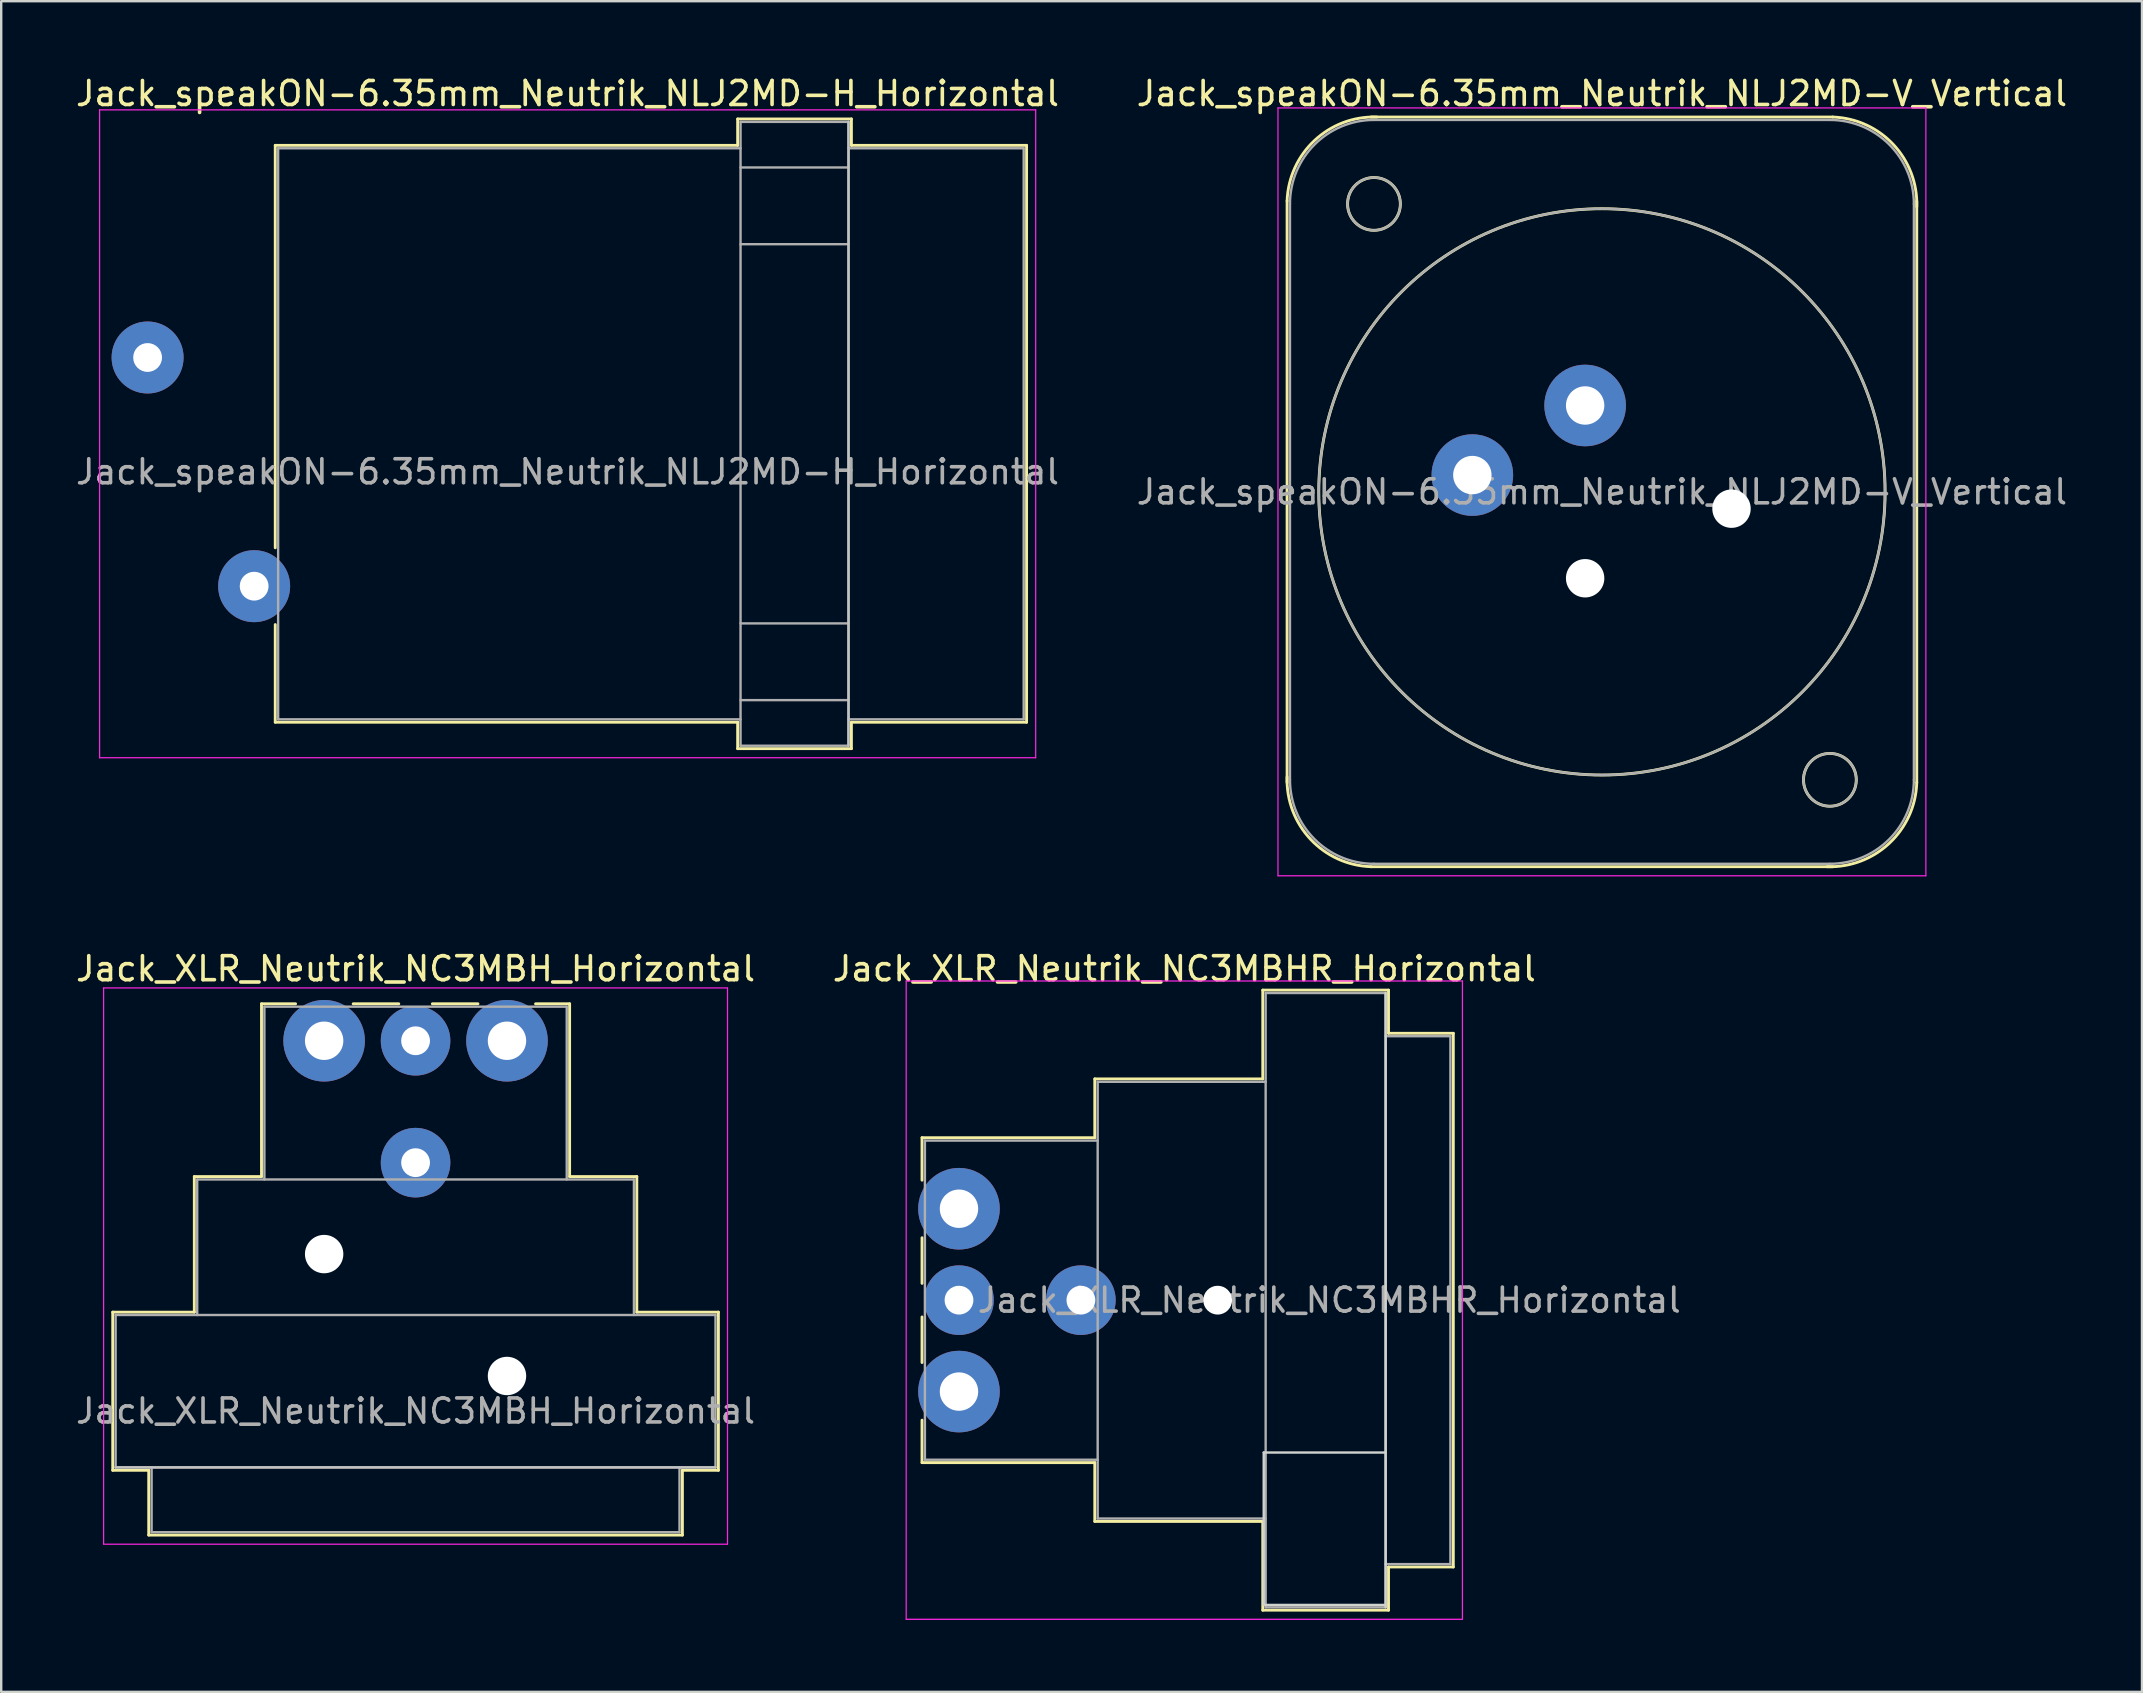
<source format=kicad_pcb>
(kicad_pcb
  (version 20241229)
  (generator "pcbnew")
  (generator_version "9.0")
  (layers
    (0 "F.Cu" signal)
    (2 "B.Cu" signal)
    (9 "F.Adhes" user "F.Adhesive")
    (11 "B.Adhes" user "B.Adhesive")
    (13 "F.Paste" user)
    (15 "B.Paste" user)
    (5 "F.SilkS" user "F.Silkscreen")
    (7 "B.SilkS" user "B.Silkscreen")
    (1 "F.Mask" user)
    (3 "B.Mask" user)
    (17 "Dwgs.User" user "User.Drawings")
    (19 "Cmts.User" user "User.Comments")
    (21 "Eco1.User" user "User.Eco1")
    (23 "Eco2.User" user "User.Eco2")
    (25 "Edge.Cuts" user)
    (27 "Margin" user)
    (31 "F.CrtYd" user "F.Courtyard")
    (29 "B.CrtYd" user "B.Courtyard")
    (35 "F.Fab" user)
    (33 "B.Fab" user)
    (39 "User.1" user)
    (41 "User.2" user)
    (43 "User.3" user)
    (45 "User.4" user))
  (footprint "Jack_XLR_Neutrik_NC3MBH_Horizontal"
    (layer "F.Cu")
    (at 10.458 40.322)
    (property "Reference" "Jack_XLR_Neutrik_NC3MBH_Horizontal" (at 3.81 -3 0) (layer "F.SilkS") (effects (font (size 1 1) (thickness 0.15))))
    (attr through_hole)
    (fp_line (start -8.81 11.31) (end -5.41 11.31) (stroke (width 0.12) (type solid)) (layer "F.SilkS"))
    (fp_line (start -8.81 17.9) (end -8.81 11.31) (stroke (width 0.12) (type solid)) (layer "F.SilkS"))
    (fp_line (start -7.31 17.9) (end -8.81 17.9) (stroke (width 0.12) (type solid)) (layer "F.SilkS"))
    (fp_line (start -7.31 17.9) (end -7.31 20.6) (stroke (width 0.12) (type solid)) (layer "F.SilkS"))
    (fp_line (start -5.41 11.31) (end -5.41 5.66) (stroke (width 0.12) (type solid)) (layer "F.SilkS"))
    (fp_line (start -2.61 5.66) (end -5.41 5.66) (stroke (width 0.12) (type solid)) (layer "F.SilkS"))
    (fp_line (start -2.61 5.66) (end -2.61 -1.54) (stroke (width 0.12) (type solid)) (layer "F.SilkS"))
    (fp_line (start -1.19 -1.54) (end -2.61 -1.54) (stroke (width 0.12) (type solid)) (layer "F.SilkS"))
    (fp_line (start 3.11 -1.54) (end 1.21 -1.54) (stroke (width 0.12) (type solid)) (layer "F.SilkS"))
    (fp_line (start 4.51 -1.54) (end 6.41 -1.54) (stroke (width 0.12) (type solid)) (layer "F.SilkS"))
    (fp_line (start 10.23 -1.54) (end 8.81 -1.54) (stroke (width 0.12) (type solid)) (layer "F.SilkS"))
    (fp_line (start 10.23 5.66) (end 10.23 -1.54) (stroke (width 0.12) (type solid)) (layer "F.SilkS"))
    (fp_line (start 10.23 5.66) (end 13.03 5.66) (stroke (width 0.12) (type solid)) (layer "F.SilkS"))
    (fp_line (start 13.03 11.31) (end 13.03 5.66) (stroke (width 0.12) (type solid)) (layer "F.SilkS"))
    (fp_line (start 13.03 11.31) (end 16.43 11.31) (stroke (width 0.12) (type solid)) (layer "F.SilkS"))
    (fp_line (start 14.93 17.9) (end 14.93 20.6) (stroke (width 0.12) (type solid)) (layer "F.SilkS"))
    (fp_line (start 14.93 20.6) (end -7.31 20.6) (stroke (width 0.12) (type solid)) (layer "F.SilkS"))
    (fp_line (start 16.43 17.9) (end 14.93 17.9) (stroke (width 0.12) (type solid)) (layer "F.SilkS"))
    (fp_line (start 16.43 17.9) (end 16.43 11.31) (stroke (width 0.12) (type solid)) (layer "F.SilkS"))
    (fp_line (start 16.31 17.78) (end -8.69 17.78) (stroke (width 0.1) (type solid)) (layer "Dwgs.User"))
    (fp_line (start -9.19 20.98) (end -9.19 -2.2) (stroke (width 0.05) (type solid)) (layer "F.CrtYd"))
    (fp_line (start 16.81 -2.2) (end -9.19 -2.2) (stroke (width 0.05) (type solid)) (layer "F.CrtYd"))
    (fp_line (start 16.81 20.98) (end -9.19 20.98) (stroke (width 0.05) (type solid)) (layer "F.CrtYd"))
    (fp_line (start 16.81 20.98) (end 16.81 -2.2) (stroke (width 0.05) (type solid)) (layer "F.CrtYd"))
    (fp_line (start -8.69 11.43) (end 16.31 11.43) (stroke (width 0.1) (type solid)) (layer "F.Fab"))
    (fp_line (start -8.69 17.78) (end -8.69 11.43) (stroke (width 0.1) (type solid)) (layer "F.Fab"))
    (fp_line (start -7.19 20.48) (end -7.19 17.78) (stroke (width 0.1) (type solid)) (layer "F.Fab"))
    (fp_line (start -5.29 5.78) (end -5.29 11.43) (stroke (width 0.1) (type solid)) (layer "F.Fab"))
    (fp_line (start -5.29 5.78) (end 12.91 5.78) (stroke (width 0.1) (type solid)) (layer "F.Fab"))
    (fp_line (start -2.49 5.78) (end -2.49 -1.42) (stroke (width 0.1) (type solid)) (layer "F.Fab"))
    (fp_line (start 10.11 -1.42) (end -2.49 -1.42) (stroke (width 0.1) (type solid)) (layer "F.Fab"))
    (fp_line (start 10.11 5.78) (end 10.11 -1.42) (stroke (width 0.1) (type solid)) (layer "F.Fab"))
    (fp_line (start 12.91 11.43) (end 12.91 5.78) (stroke (width 0.1) (type solid)) (layer "F.Fab"))
    (fp_line (start 14.81 17.78) (end 14.81 20.48) (stroke (width 0.1) (type solid)) (layer "F.Fab"))
    (fp_line (start 14.81 20.48) (end -7.19 20.48) (stroke (width 0.1) (type solid)) (layer "F.Fab"))
    (fp_line (start 16.31 11.43) (end 16.31 17.78) (stroke (width 0.1) (type solid)) (layer "F.Fab"))
    (fp_line (start 16.31 17.78) (end -8.69 17.78) (stroke (width 0.1) (type solid)) (layer "F.Fab"))
    (fp_text user "${REFERENCE}" (at 3.81 15.43 0) (layer "F.Fab") (effects (font (size 1 1) (thickness 0.15))))
    (pad "" np_thru_hole circle (at 0 8.89) (size 1.6 1.6) (drill 1.6) (layers "*.Cu" "*.Mask"))
    (pad "" np_thru_hole circle (at 7.62 13.97) (size 1.6 1.6) (drill 1.6) (layers "*.Cu" "*.Mask"))
    (pad "1" thru_hole circle (at 0 0) (size 3.4 3.4) (drill 1.6) (layers "*.Cu" "*.Mask"))
    (pad "2" thru_hole circle (at 7.62 0) (size 3.4 3.4) (drill 1.6) (layers "*.Cu" "*.Mask"))
    (pad "3" thru_hole circle (at 3.81 0) (size 2.9 2.9) (drill 1.2) (layers "*.Cu" "*.Mask"))
    (pad "G" thru_hole circle (at 3.81 5.08) (size 2.9 2.9) (drill 1.2) (layers "*.Cu" "*.Mask")))
  (footprint "Jack_speakON-6.35mm_Neutrik_NLJ2MD-V_Vertical"
    (layer "F.Cu")
    (at 63.008 13.848)
    (property "Reference" "Jack_speakON-6.35mm_Neutrik_NLJ2MD-V_Vertical" (at 0.7 -13 0) (layer "F.SilkS") (effects (font (size 1 1) (thickness 0.15))))
    (attr through_hole)
    (fp_line (start -12.42 15.72) (end -12.42 -8.52) (stroke (width 0.12) (type solid)) (layer "F.SilkS"))
    (fp_line (start -8.92 -12.02) (end 10.32 -12.02) (stroke (width 0.12) (type solid)) (layer "F.SilkS"))
    (fp_line (start -8.92 19.22) (end 10.32 19.22) (stroke (width 0.12) (type solid)) (layer "F.SilkS"))
    (fp_line (start 13.82 15.72) (end 13.82 -8.52) (stroke (width 0.12) (type solid)) (layer "F.SilkS"))
    (fp_arc (start -12.42 -8.52) (mid -11.274874 -11.044579) (end -8.68 -12.02) (stroke (width 0.12) (type solid)) (layer "F.SilkS"))
    (fp_arc (start -8.92 19.22) (mid -11.444579 18.074874) (end -12.42 15.48) (stroke (width 0.12) (type solid)) (layer "F.SilkS"))
    (fp_arc (start 10.32 -12.02) (mid 12.844579 -10.874874) (end 13.82 -8.28) (stroke (width 0.12) (type solid)) (layer "F.SilkS"))
    (fp_arc (start 13.82 15.72) (mid 12.674874 18.244579) (end 10.08 19.22) (stroke (width 0.12) (type solid)) (layer "F.SilkS"))
    (fp_circle (center -8.8 -8.4) (end -7.7 -8.4) (stroke (width 0.12) (type solid)) (fill no) (layer "F.SilkS"))
    (fp_circle (center 0.7 3.6) (end 12.5 3.6) (stroke (width 0.12) (type solid)) (fill no) (layer "F.SilkS"))
    (fp_circle (center 10.2 15.6) (end 11.3 15.6) (stroke (width 0.12) (type solid)) (fill no) (layer "F.SilkS"))
    (fp_line (start -12.8 -12.4) (end 14.2 -12.4) (stroke (width 0.05) (type solid)) (layer "F.CrtYd"))
    (fp_line (start -12.8 19.6) (end -12.8 -12.4) (stroke (width 0.05) (type solid)) (layer "F.CrtYd"))
    (fp_line (start -12.8 19.6) (end 14.2 19.6) (stroke (width 0.05) (type solid)) (layer "F.CrtYd"))
    (fp_line (start 14.2 19.6) (end 14.2 -12.4) (stroke (width 0.05) (type solid)) (layer "F.CrtYd"))
    (fp_line (start -12.3 15.6) (end -12.3 -8.4) (stroke (width 0.1) (type solid)) (layer "F.Fab"))
    (fp_line (start -8.8 -11.9) (end 10.2 -11.9) (stroke (width 0.1) (type solid)) (layer "F.Fab"))
    (fp_line (start -8.8 19.1) (end 10.2 19.1) (stroke (width 0.1) (type solid)) (layer "F.Fab"))
    (fp_line (start 13.7 15.6) (end 13.7 -8.4) (stroke (width 0.1) (type solid)) (layer "F.Fab"))
    (fp_arc (start -12.3 -8.4) (mid -11.274874 -10.874874) (end -8.8 -11.9) (stroke (width 0.1) (type solid)) (layer "F.Fab"))
    (fp_arc (start -8.8 19.1) (mid -11.274874 18.074874) (end -12.3 15.6) (stroke (width 0.1) (type solid)) (layer "F.Fab"))
    (fp_arc (start 10.2 -11.9) (mid 12.674874 -10.874874) (end 13.7 -8.4) (stroke (width 0.1) (type solid)) (layer "F.Fab"))
    (fp_arc (start 13.7 15.6) (mid 12.674874 18.074874) (end 10.2 19.1) (stroke (width 0.1) (type solid)) (layer "F.Fab"))
    (fp_circle (center -8.8 -8.4) (end -7.7 -8.4) (stroke (width 0.1) (type solid)) (fill no) (layer "F.Fab"))
    (fp_circle (center 0.7 3.6) (end 12.5 3.6) (stroke (width 0.1) (type solid)) (fill no) (layer "F.Fab"))
    (fp_circle (center 10.2 15.6) (end 9.1 15.6) (stroke (width 0.1) (type solid)) (fill no) (layer "F.Fab"))
    (fp_text user "${REFERENCE}" (at 0.7 3.6 0) (layer "F.Fab") (effects (font (size 1 1) (thickness 0.15))))
    (pad "" np_thru_hole circle (at 0 7.2) (size 1.6 1.6) (drill 1.6) (layers "*.Cu" "*.Mask"))
    (pad "" np_thru_hole circle (at 6.1 4.3) (size 1.6 1.6) (drill 1.6) (layers "*.Cu" "*.Mask"))
    (pad "1+" thru_hole circle (at 0 0) (size 3.4 3.4) (drill 1.6) (layers "*.Cu" "*.Mask"))
    (pad "1-" thru_hole circle (at -4.7 2.9) (size 3.4 3.4) (drill 1.6) (layers "*.Cu" "*.Mask")))
  (footprint "Jack_speakON-6.35mm_Neutrik_NLJ2MD-H_Horizontal"
    (layer "F.Cu")
    (at 3.101 11.848)
    (property "Reference" "Jack_speakON-6.35mm_Neutrik_NLJ2MD-H_Horizontal" (at 17.5 -11 0) (layer "F.SilkS") (effects (font (size 1 1) (thickness 0.15))))
    (attr through_hole)
    (fp_line (start 5.32 -8.84) (end 24.59 -8.84) (stroke (width 0.12) (type solid)) (layer "F.SilkS"))
    (fp_line (start 5.32 7.93) (end 5.32 -8.84) (stroke (width 0.12) (type solid)) (layer "F.SilkS"))
    (fp_line (start 5.32 15.2) (end 5.32 11.13) (stroke (width 0.12) (type solid)) (layer "F.SilkS"))
    (fp_line (start 5.32 15.2) (end 24.6 15.2) (stroke (width 0.12) (type solid)) (layer "F.SilkS"))
    (fp_line (start 24.59 -9.94) (end 24.59 -8.84) (stroke (width 0.12) (type solid)) (layer "F.SilkS"))
    (fp_line (start 24.59 -9.94) (end 29.33 -9.94) (stroke (width 0.12) (type solid)) (layer "F.SilkS"))
    (fp_line (start 24.59 16.3) (end 24.59 15.2) (stroke (width 0.12) (type solid)) (layer "F.SilkS"))
    (fp_line (start 24.59 16.3) (end 29.33 16.3) (stroke (width 0.12) (type solid)) (layer "F.SilkS"))
    (fp_line (start 29.33 -9.94) (end 29.33 -8.84) (stroke (width 0.12) (type solid)) (layer "F.SilkS"))
    (fp_line (start 29.33 16.3) (end 29.33 15.2) (stroke (width 0.12) (type solid)) (layer "F.SilkS"))
    (fp_line (start 36.63 -8.84) (end 29.33 -8.84) (stroke (width 0.12) (type solid)) (layer "F.SilkS"))
    (fp_line (start 36.63 15.2) (end 29.33 15.2) (stroke (width 0.12) (type solid)) (layer "F.SilkS"))
    (fp_line (start 36.63 15.2) (end 36.63 -8.84) (stroke (width 0.12) (type solid)) (layer "F.SilkS"))
    (fp_line (start 29.21 16.18) (end 29.21 -9.82) (stroke (width 0.1) (type solid)) (layer "Dwgs.User"))
    (fp_line (start -2 16.68) (end -2 -10.32) (stroke (width 0.05) (type solid)) (layer "F.CrtYd"))
    (fp_line (start -2 16.68) (end 37.01 16.68) (stroke (width 0.05) (type solid)) (layer "F.CrtYd"))
    (fp_line (start 37.01 -10.32) (end -2 -10.32) (stroke (width 0.05) (type solid)) (layer "F.CrtYd"))
    (fp_line (start 37.01 -10.32) (end 37.01 16.68) (stroke (width 0.05) (type solid)) (layer "F.CrtYd"))
    (fp_line (start 5.44 -8.72) (end 24.71 -8.72) (stroke (width 0.1) (type solid)) (layer "F.Fab"))
    (fp_line (start 5.44 15.08) (end 5.44 -8.72) (stroke (width 0.1) (type solid)) (layer "F.Fab"))
    (fp_line (start 5.44 15.08) (end 24.71 15.08) (stroke (width 0.1) (type solid)) (layer "F.Fab"))
    (fp_line (start 24.71 -9.82) (end 29.21 -9.82) (stroke (width 0.1) (type solid)) (layer "F.Fab"))
    (fp_line (start 24.71 -7.92) (end 29.21 -7.92) (stroke (width 0.1) (type solid)) (layer "F.Fab"))
    (fp_line (start 24.71 -4.72) (end 29.21 -4.72) (stroke (width 0.1) (type solid)) (layer "F.Fab"))
    (fp_line (start 24.71 11.08) (end 29.21 11.08) (stroke (width 0.1) (type solid)) (layer "F.Fab"))
    (fp_line (start 24.71 14.28) (end 29.21 14.28) (stroke (width 0.1) (type solid)) (layer "F.Fab"))
    (fp_line (start 24.71 16.18) (end 24.71 -9.82) (stroke (width 0.1) (type solid)) (layer "F.Fab"))
    (fp_line (start 24.71 16.18) (end 29.21 16.18) (stroke (width 0.1) (type solid)) (layer "F.Fab"))
    (fp_line (start 29.21 16.18) (end 29.21 -9.82) (stroke (width 0.1) (type solid)) (layer "F.Fab"))
    (fp_line (start 36.51 -8.72) (end 29.21 -8.72) (stroke (width 0.1) (type solid)) (layer "F.Fab"))
    (fp_line (start 36.51 15.08) (end 29.21 15.08) (stroke (width 0.1) (type solid)) (layer "F.Fab"))
    (fp_line (start 36.51 15.08) (end 36.51 -8.72) (stroke (width 0.1) (type solid)) (layer "F.Fab"))
    (fp_text user "${REFERENCE}" (at 17.5 4.765 0) (layer "F.Fab") (effects (font (size 1 1) (thickness 0.15))))
    (pad "1+" thru_hole circle (at 0 0) (size 3 3) (drill 1.2) (layers "*.Cu" "*.Mask"))
    (pad "1-" thru_hole circle (at 4.44 9.53) (size 3 3) (drill 1.2) (layers "*.Cu" "*.Mask")))
  (footprint "Jack_XLR_Neutrik_NC3MBHR_Horizontal"
    (layer "F.Cu")
    (at 36.914 47.322)
    (property "Reference" "Jack_XLR_Neutrik_NC3MBHR_Horizontal" (at 9.39 -10 0) (layer "F.SilkS") (effects (font (size 1 1) (thickness 0.15))))
    (attr through_hole)
    (fp_line (start -1.54 -2.96) (end -1.54 -1.19) (stroke (width 0.12) (type solid)) (layer "F.SilkS"))
    (fp_line (start -1.54 3.11) (end -1.54 1.21) (stroke (width 0.12) (type solid)) (layer "F.SilkS"))
    (fp_line (start -1.54 4.51) (end -1.54 6.41) (stroke (width 0.12) (type solid)) (layer "F.SilkS"))
    (fp_line (start -1.54 8.81) (end -1.54 10.58) (stroke (width 0.12) (type solid)) (layer "F.SilkS"))
    (fp_line (start 5.66 -2.96) (end -1.54 -2.96) (stroke (width 0.12) (type solid)) (layer "F.SilkS"))
    (fp_line (start 5.66 -2.96) (end 5.66 -5.41) (stroke (width 0.12) (type solid)) (layer "F.SilkS"))
    (fp_line (start 5.66 10.58) (end -1.54 10.58) (stroke (width 0.12) (type solid)) (layer "F.SilkS"))
    (fp_line (start 5.66 10.58) (end 5.66 13.03) (stroke (width 0.12) (type solid)) (layer "F.SilkS"))
    (fp_line (start 12.66 -5.41) (end 5.66 -5.41) (stroke (width 0.12) (type solid)) (layer "F.SilkS"))
    (fp_line (start 12.66 -5.41) (end 12.66 -9.11) (stroke (width 0.12) (type solid)) (layer "F.SilkS"))
    (fp_line (start 12.66 13.03) (end 5.66 13.03) (stroke (width 0.12) (type solid)) (layer "F.SilkS"))
    (fp_line (start 12.66 16.73) (end 12.66 13.03) (stroke (width 0.12) (type solid)) (layer "F.SilkS"))
    (fp_line (start 17.9 -9.11) (end 12.66 -9.11) (stroke (width 0.12) (type solid)) (layer "F.SilkS"))
    (fp_line (start 17.9 -9.11) (end 17.9 -7.31) (stroke (width 0.12) (type solid)) (layer "F.SilkS"))
    (fp_line (start 17.9 -7.31) (end 20.6 -7.31) (stroke (width 0.12) (type solid)) (layer "F.SilkS"))
    (fp_line (start 17.9 14.93) (end 17.9 16.73) (stroke (width 0.12) (type solid)) (layer "F.SilkS"))
    (fp_line (start 17.9 14.93) (end 20.6 14.93) (stroke (width 0.12) (type solid)) (layer "F.SilkS"))
    (fp_line (start 17.9 16.73) (end 12.66 16.73) (stroke (width 0.12) (type solid)) (layer "F.SilkS"))
    (fp_line (start 20.6 -7.31) (end 20.6 14.93) (stroke (width 0.12) (type solid)) (layer "F.SilkS"))
    (fp_line (start 12.7 10.16) (end 12.7 16.51) (stroke (width 0.1) (type solid)) (layer "Edge.Cuts"))
    (fp_line (start 12.7 16.51) (end 17.78 16.51) (stroke (width 0.1) (type solid)) (layer "Edge.Cuts"))
    (fp_line (start 17.78 -8.99) (end 17.78 16.61) (stroke (width 0.1) (type solid)) (layer "Edge.Cuts"))
    (fp_line (start 17.78 10.16) (end 12.7 10.16) (stroke (width 0.1) (type solid)) (layer "Edge.Cuts"))
    (fp_line (start -2.2 -9.49) (end -2.2 17.11) (stroke (width 0.05) (type solid)) (layer "F.CrtYd"))
    (fp_line (start 20.98 -9.49) (end -2.2 -9.49) (stroke (width 0.05) (type solid)) (layer "F.CrtYd"))
    (fp_line (start 20.98 -9.49) (end 20.98 17.11) (stroke (width 0.05) (type solid)) (layer "F.CrtYd"))
    (fp_line (start 20.98 17.11) (end -2.2 17.11) (stroke (width 0.05) (type solid)) (layer "F.CrtYd"))
    (fp_line (start -1.42 -2.84) (end -1.42 10.46) (stroke (width 0.1) (type solid)) (layer "F.Fab"))
    (fp_line (start 5.78 -2.84) (end -1.42 -2.84) (stroke (width 0.1) (type solid)) (layer "F.Fab"))
    (fp_line (start 5.78 10.46) (end -1.42 10.46) (stroke (width 0.1) (type solid)) (layer "F.Fab"))
    (fp_line (start 5.78 12.91) (end 5.78 -5.29) (stroke (width 0.1) (type solid)) (layer "F.Fab"))
    (fp_line (start 5.78 12.91) (end 12.78 12.91) (stroke (width 0.1) (type solid)) (layer "F.Fab"))
    (fp_line (start 12.78 -8.99) (end 17.78 -8.99) (stroke (width 0.1) (type solid)) (layer "F.Fab"))
    (fp_line (start 12.78 -5.29) (end 5.78 -5.29) (stroke (width 0.1) (type solid)) (layer "F.Fab"))
    (fp_line (start 12.78 16.61) (end 12.78 -8.99) (stroke (width 0.1) (type solid)) (layer "F.Fab"))
    (fp_line (start 17.78 -8.99) (end 17.78 16.61) (stroke (width 0.1) (type solid)) (layer "F.Fab"))
    (fp_line (start 17.78 -7.19) (end 20.48 -7.19) (stroke (width 0.1) (type solid)) (layer "F.Fab"))
    (fp_line (start 17.78 16.61) (end 12.78 16.61) (stroke (width 0.1) (type solid)) (layer "F.Fab"))
    (fp_line (start 20.48 -7.19) (end 20.48 14.81) (stroke (width 0.1) (type solid)) (layer "F.Fab"))
    (fp_line (start 20.48 14.81) (end 17.78 14.81) (stroke (width 0.1) (type solid)) (layer "F.Fab"))
    (fp_text user "${REFERENCE}" (at 15.43 3.81 0) (layer "F.Fab") (effects (font (size 1 1) (thickness 0.15))))
    (pad "" np_thru_hole circle (at 10.78 3.81) (size 1.2 1.2) (drill 1.2) (layers "*.Cu" "*.Mask"))
    (pad "1" thru_hole circle (at 0 0) (size 3.4 3.4) (drill 1.6) (layers "*.Cu" "*.Mask"))
    (pad "2" thru_hole circle (at 0 3.81) (size 2.9 2.9) (drill 1.2) (layers "*.Cu" "*.Mask"))
    (pad "3" thru_hole circle (at 0 7.62) (size 3.4 3.4) (drill 1.6) (layers "*.Cu" "*.Mask"))
    (pad "G" thru_hole circle (at 5.08 3.81) (size 2.9 2.9) (drill 1.2) (layers "*.Cu" "*.Mask")))
  (gr_rect
    (start -3 -3)
    (end 86.214 67.457)
    (stroke (width 0.1) (type default))
    (fill no)
    (layer "Edge.Cuts")))
</source>
